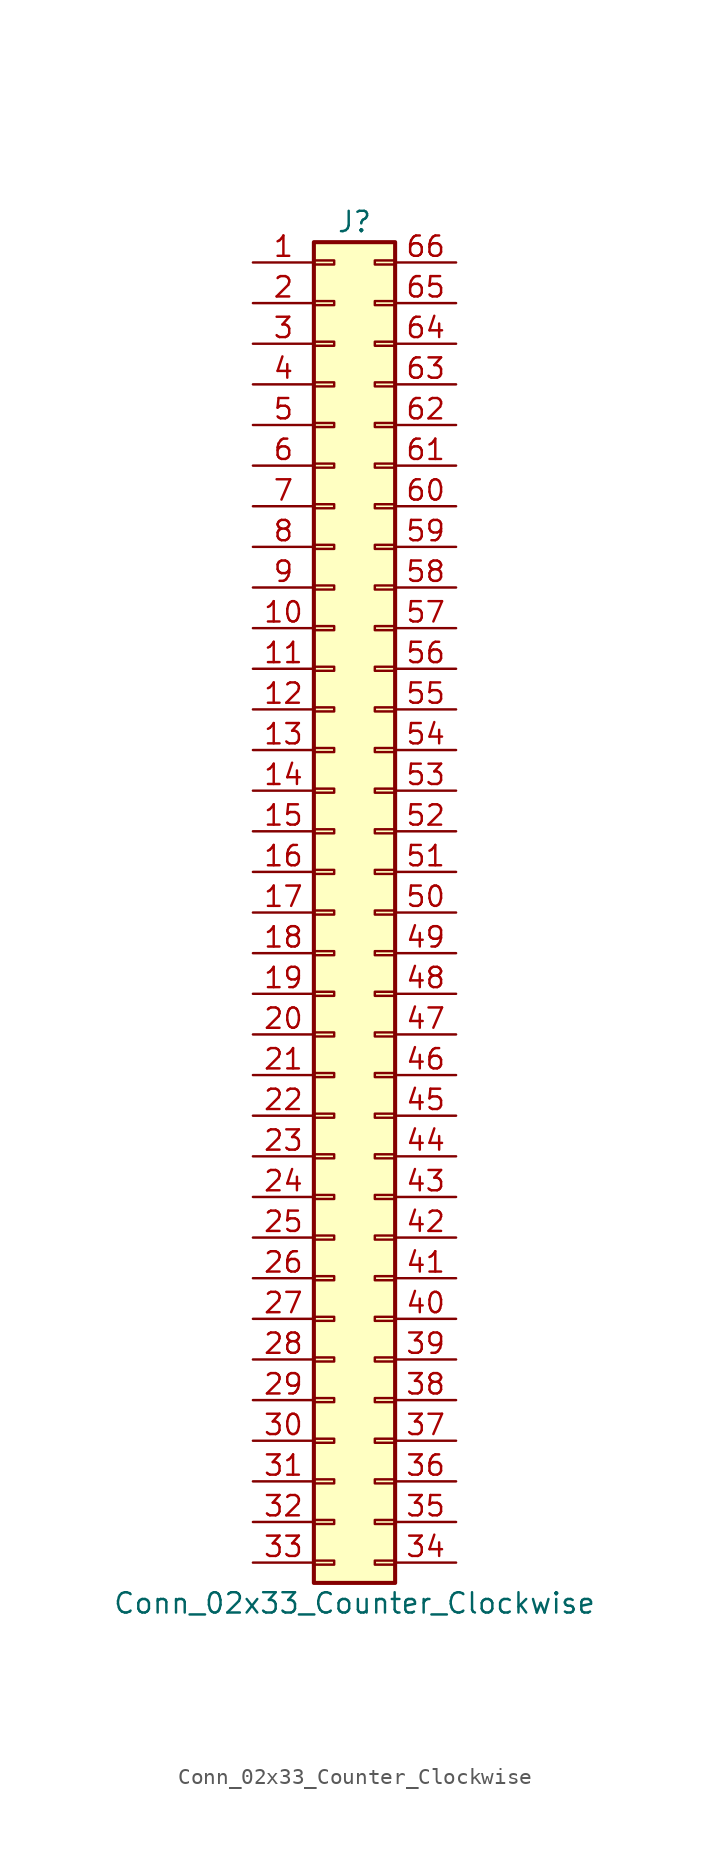
<source format=kicad_sym>
(kicad_symbol_lib
  (version 20220914)
  (generator kicad_symbol_editor)
  (symbol "Conn_02x33_Counter_Clockwise"
    (pin_names
      (offset 1.016) hide)
    (property "Reference" "J"
      (at 1.27 43.18 0)
      (effects (font (size 1.27 1.27))))
    (property "Value" "Conn_02x33_Counter_Clockwise"
      (at 1.27 -43.18 0)
      (effects (font (size 1.27 1.27))))
    (symbol "Conn_02x33_Counter_Clockwise_1_1"
      (rectangle (start -1.27 -40.513) (end 0 -40.767) (stroke (width 0.152) (type default)) (fill (type none)))
      (rectangle (start -1.27 -37.973) (end 0 -38.227) (stroke (width 0.152) (type default)) (fill (type none)))
      (rectangle (start -1.27 -35.433) (end 0 -35.687) (stroke (width 0.152) (type default)) (fill (type none)))
      (rectangle (start -1.27 -32.893) (end 0 -33.147) (stroke (width 0.152) (type default)) (fill (type none)))
      (rectangle (start -1.27 -30.353) (end 0 -30.607) (stroke (width 0.152) (type default)) (fill (type none)))
      (rectangle (start -1.27 -27.813) (end 0 -28.067) (stroke (width 0.152) (type default)) (fill (type none)))
      (rectangle (start -1.27 -25.273) (end 0 -25.527) (stroke (width 0.152) (type default)) (fill (type none)))
      (rectangle (start -1.27 -22.733) (end 0 -22.987) (stroke (width 0.152) (type default)) (fill (type none)))
      (rectangle (start -1.27 -20.193) (end 0 -20.447) (stroke (width 0.152) (type default)) (fill (type none)))
      (rectangle (start -1.27 -17.653) (end 0 -17.907) (stroke (width 0.152) (type default)) (fill (type none)))
      (rectangle (start -1.27 -15.113) (end 0 -15.367) (stroke (width 0.152) (type default)) (fill (type none)))
      (rectangle (start -1.27 -12.573) (end 0 -12.827) (stroke (width 0.152) (type default)) (fill (type none)))
      (rectangle (start -1.27 -10.033) (end 0 -10.287) (stroke (width 0.152) (type default)) (fill (type none)))
      (rectangle (start -1.27 -7.493) (end 0 -7.747) (stroke (width 0.152) (type default)) (fill (type none)))
      (rectangle (start -1.27 -4.953) (end 0 -5.207) (stroke (width 0.152) (type default)) (fill (type none)))
      (rectangle (start -1.27 -2.413) (end 0 -2.667) (stroke (width 0.152) (type default)) (fill (type none)))
      (rectangle (start -1.27 0.127) (end 0 -0.127) (stroke (width 0.152) (type default)) (fill (type none)))
      (rectangle (start -1.27 2.667) (end 0 2.413) (stroke (width 0.152) (type default)) (fill (type none)))
      (rectangle (start -1.27 5.207) (end 0 4.953) (stroke (width 0.152) (type default)) (fill (type none)))
      (rectangle (start -1.27 7.747) (end 0 7.493) (stroke (width 0.152) (type default)) (fill (type none)))
      (rectangle (start -1.27 10.287) (end 0 10.033) (stroke (width 0.152) (type default)) (fill (type none)))
      (rectangle (start -1.27 12.827) (end 0 12.573) (stroke (width 0.152) (type default)) (fill (type none)))
      (rectangle (start -1.27 15.367) (end 0 15.113) (stroke (width 0.152) (type default)) (fill (type none)))
      (rectangle (start -1.27 17.907) (end 0 17.653) (stroke (width 0.152) (type default)) (fill (type none)))
      (rectangle (start -1.27 20.447) (end 0 20.193) (stroke (width 0.152) (type default)) (fill (type none)))
      (rectangle (start -1.27 22.987) (end 0 22.733) (stroke (width 0.152) (type default)) (fill (type none)))
      (rectangle (start -1.27 25.527) (end 0 25.273) (stroke (width 0.152) (type default)) (fill (type none)))
      (rectangle (start -1.27 28.067) (end 0 27.813) (stroke (width 0.152) (type default)) (fill (type none)))
      (rectangle (start -1.27 30.607) (end 0 30.353) (stroke (width 0.152) (type default)) (fill (type none)))
      (rectangle (start -1.27 33.147) (end 0 32.893) (stroke (width 0.152) (type default)) (fill (type none)))
      (rectangle (start -1.27 35.687) (end 0 35.433) (stroke (width 0.152) (type default)) (fill (type none)))
      (rectangle (start -1.27 38.227) (end 0 37.973) (stroke (width 0.152) (type default)) (fill (type none)))
      (rectangle (start -1.27 40.767) (end 0 40.513) (stroke (width 0.152) (type default)) (fill (type none)))
      (rectangle (start -1.27 41.91) (end 3.81 -41.91) (stroke (width 0.254) (type default)) (fill (type background)))
      (rectangle (start 3.81 -40.513) (end 2.54 -40.767) (stroke (width 0.152) (type default)) (fill (type none)))
      (rectangle (start 3.81 -37.973) (end 2.54 -38.227) (stroke (width 0.152) (type default)) (fill (type none)))
      (rectangle (start 3.81 -35.433) (end 2.54 -35.687) (stroke (width 0.152) (type default)) (fill (type none)))
      (rectangle (start 3.81 -32.893) (end 2.54 -33.147) (stroke (width 0.152) (type default)) (fill (type none)))
      (rectangle (start 3.81 -30.353) (end 2.54 -30.607) (stroke (width 0.152) (type default)) (fill (type none)))
      (rectangle (start 3.81 -27.813) (end 2.54 -28.067) (stroke (width 0.152) (type default)) (fill (type none)))
      (rectangle (start 3.81 -25.273) (end 2.54 -25.527) (stroke (width 0.152) (type default)) (fill (type none)))
      (rectangle (start 3.81 -22.733) (end 2.54 -22.987) (stroke (width 0.152) (type default)) (fill (type none)))
      (rectangle (start 3.81 -20.193) (end 2.54 -20.447) (stroke (width 0.152) (type default)) (fill (type none)))
      (rectangle (start 3.81 -17.653) (end 2.54 -17.907) (stroke (width 0.152) (type default)) (fill (type none)))
      (rectangle (start 3.81 -15.113) (end 2.54 -15.367) (stroke (width 0.152) (type default)) (fill (type none)))
      (rectangle (start 3.81 -12.573) (end 2.54 -12.827) (stroke (width 0.152) (type default)) (fill (type none)))
      (rectangle (start 3.81 -10.033) (end 2.54 -10.287) (stroke (width 0.152) (type default)) (fill (type none)))
      (rectangle (start 3.81 -7.493) (end 2.54 -7.747) (stroke (width 0.152) (type default)) (fill (type none)))
      (rectangle (start 3.81 -4.953) (end 2.54 -5.207) (stroke (width 0.152) (type default)) (fill (type none)))
      (rectangle (start 3.81 -2.413) (end 2.54 -2.667) (stroke (width 0.152) (type default)) (fill (type none)))
      (rectangle (start 3.81 0.127) (end 2.54 -0.127) (stroke (width 0.152) (type default)) (fill (type none)))
      (rectangle (start 3.81 2.667) (end 2.54 2.413) (stroke (width 0.152) (type default)) (fill (type none)))
      (rectangle (start 3.81 5.207) (end 2.54 4.953) (stroke (width 0.152) (type default)) (fill (type none)))
      (rectangle (start 3.81 7.747) (end 2.54 7.493) (stroke (width 0.152) (type default)) (fill (type none)))
      (rectangle (start 3.81 10.287) (end 2.54 10.033) (stroke (width 0.152) (type default)) (fill (type none)))
      (rectangle (start 3.81 12.827) (end 2.54 12.573) (stroke (width 0.152) (type default)) (fill (type none)))
      (rectangle (start 3.81 15.367) (end 2.54 15.113) (stroke (width 0.152) (type default)) (fill (type none)))
      (rectangle (start 3.81 17.907) (end 2.54 17.653) (stroke (width 0.152) (type default)) (fill (type none)))
      (rectangle (start 3.81 20.447) (end 2.54 20.193) (stroke (width 0.152) (type default)) (fill (type none)))
      (rectangle (start 3.81 22.987) (end 2.54 22.733) (stroke (width 0.152) (type default)) (fill (type none)))
      (rectangle (start 3.81 25.527) (end 2.54 25.273) (stroke (width 0.152) (type default)) (fill (type none)))
      (rectangle (start 3.81 28.067) (end 2.54 27.813) (stroke (width 0.152) (type default)) (fill (type none)))
      (rectangle (start 3.81 30.607) (end 2.54 30.353) (stroke (width 0.152) (type default)) (fill (type none)))
      (rectangle (start 3.81 33.147) (end 2.54 32.893) (stroke (width 0.152) (type default)) (fill (type none)))
      (rectangle (start 3.81 35.687) (end 2.54 35.433) (stroke (width 0.152) (type default)) (fill (type none)))
      (rectangle (start 3.81 38.227) (end 2.54 37.973) (stroke (width 0.152) (type default)) (fill (type none)))
      (rectangle (start 3.81 40.767) (end 2.54 40.513) (stroke (width 0.152) (type default)) (fill (type none)))
      (pin passive line (at -5.08 40.64 0) (length 3.81) (name "Pin_1" (effects (font (size 1.27 1.27)))) (number "1" (effects (font (size 1.27 1.27)))))
      (pin passive line (at -5.08 17.78 0) (length 3.81) (name "Pin_10" (effects (font (size 1.27 1.27)))) (number "10" (effects (font (size 1.27 1.27)))))
      (pin passive line (at -5.08 15.24 0) (length 3.81) (name "Pin_11" (effects (font (size 1.27 1.27)))) (number "11" (effects (font (size 1.27 1.27)))))
      (pin passive line (at -5.08 12.7 0) (length 3.81) (name "Pin_12" (effects (font (size 1.27 1.27)))) (number "12" (effects (font (size 1.27 1.27)))))
      (pin passive line (at -5.08 10.16 0) (length 3.81) (name "Pin_13" (effects (font (size 1.27 1.27)))) (number "13" (effects (font (size 1.27 1.27)))))
      (pin passive line (at -5.08 7.62 0) (length 3.81) (name "Pin_14" (effects (font (size 1.27 1.27)))) (number "14" (effects (font (size 1.27 1.27)))))
      (pin passive line (at -5.08 5.08 0) (length 3.81) (name "Pin_15" (effects (font (size 1.27 1.27)))) (number "15" (effects (font (size 1.27 1.27)))))
      (pin passive line (at -5.08 2.54 0) (length 3.81) (name "Pin_16" (effects (font (size 1.27 1.27)))) (number "16" (effects (font (size 1.27 1.27)))))
      (pin passive line (at -5.08 0 0) (length 3.81) (name "Pin_17" (effects (font (size 1.27 1.27)))) (number "17" (effects (font (size 1.27 1.27)))))
      (pin passive line (at -5.08 -2.54 0) (length 3.81) (name "Pin_18" (effects (font (size 1.27 1.27)))) (number "18" (effects (font (size 1.27 1.27)))))
      (pin passive line (at -5.08 -5.08 0) (length 3.81) (name "Pin_19" (effects (font (size 1.27 1.27)))) (number "19" (effects (font (size 1.27 1.27)))))
      (pin passive line (at -5.08 38.1 0) (length 3.81) (name "Pin_2" (effects (font (size 1.27 1.27)))) (number "2" (effects (font (size 1.27 1.27)))))
      (pin passive line (at -5.08 -7.62 0) (length 3.81) (name "Pin_20" (effects (font (size 1.27 1.27)))) (number "20" (effects (font (size 1.27 1.27)))))
      (pin passive line (at -5.08 -10.16 0) (length 3.81) (name "Pin_21" (effects (font (size 1.27 1.27)))) (number "21" (effects (font (size 1.27 1.27)))))
      (pin passive line (at -5.08 -12.7 0) (length 3.81) (name "Pin_22" (effects (font (size 1.27 1.27)))) (number "22" (effects (font (size 1.27 1.27)))))
      (pin passive line (at -5.08 -15.24 0) (length 3.81) (name "Pin_23" (effects (font (size 1.27 1.27)))) (number "23" (effects (font (size 1.27 1.27)))))
      (pin passive line (at -5.08 -17.78 0) (length 3.81) (name "Pin_24" (effects (font (size 1.27 1.27)))) (number "24" (effects (font (size 1.27 1.27)))))
      (pin passive line (at -5.08 -20.32 0) (length 3.81) (name "Pin_25" (effects (font (size 1.27 1.27)))) (number "25" (effects (font (size 1.27 1.27)))))
      (pin passive line (at -5.08 -22.86 0) (length 3.81) (name "Pin_26" (effects (font (size 1.27 1.27)))) (number "26" (effects (font (size 1.27 1.27)))))
      (pin passive line (at -5.08 -25.4 0) (length 3.81) (name "Pin_27" (effects (font (size 1.27 1.27)))) (number "27" (effects (font (size 1.27 1.27)))))
      (pin passive line (at -5.08 -27.94 0) (length 3.81) (name "Pin_28" (effects (font (size 1.27 1.27)))) (number "28" (effects (font (size 1.27 1.27)))))
      (pin passive line (at -5.08 -30.48 0) (length 3.81) (name "Pin_29" (effects (font (size 1.27 1.27)))) (number "29" (effects (font (size 1.27 1.27)))))
      (pin passive line (at -5.08 35.56 0) (length 3.81) (name "Pin_3" (effects (font (size 1.27 1.27)))) (number "3" (effects (font (size 1.27 1.27)))))
      (pin passive line (at -5.08 -33.02 0) (length 3.81) (name "Pin_30" (effects (font (size 1.27 1.27)))) (number "30" (effects (font (size 1.27 1.27)))))
      (pin passive line (at -5.08 -35.56 0) (length 3.81) (name "Pin_31" (effects (font (size 1.27 1.27)))) (number "31" (effects (font (size 1.27 1.27)))))
      (pin passive line (at -5.08 -38.1 0) (length 3.81) (name "Pin_32" (effects (font (size 1.27 1.27)))) (number "32" (effects (font (size 1.27 1.27)))))
      (pin passive line (at -5.08 -40.64 0) (length 3.81) (name "Pin_33" (effects (font (size 1.27 1.27)))) (number "33" (effects (font (size 1.27 1.27)))))
      (pin passive line (at 7.62 -40.64 180) (length 3.81) (name "Pin_34" (effects (font (size 1.27 1.27)))) (number "34" (effects (font (size 1.27 1.27)))))
      (pin passive line (at 7.62 -38.1 180) (length 3.81) (name "Pin_35" (effects (font (size 1.27 1.27)))) (number "35" (effects (font (size 1.27 1.27)))))
      (pin passive line (at 7.62 -35.56 180) (length 3.81) (name "Pin_36" (effects (font (size 1.27 1.27)))) (number "36" (effects (font (size 1.27 1.27)))))
      (pin passive line (at 7.62 -33.02 180) (length 3.81) (name "Pin_37" (effects (font (size 1.27 1.27)))) (number "37" (effects (font (size 1.27 1.27)))))
      (pin passive line (at 7.62 -30.48 180) (length 3.81) (name "Pin_38" (effects (font (size 1.27 1.27)))) (number "38" (effects (font (size 1.27 1.27)))))
      (pin passive line (at 7.62 -27.94 180) (length 3.81) (name "Pin_39" (effects (font (size 1.27 1.27)))) (number "39" (effects (font (size 1.27 1.27)))))
      (pin passive line (at -5.08 33.02 0) (length 3.81) (name "Pin_4" (effects (font (size 1.27 1.27)))) (number "4" (effects (font (size 1.27 1.27)))))
      (pin passive line (at 7.62 -25.4 180) (length 3.81) (name "Pin_40" (effects (font (size 1.27 1.27)))) (number "40" (effects (font (size 1.27 1.27)))))
      (pin passive line (at 7.62 -22.86 180) (length 3.81) (name "Pin_41" (effects (font (size 1.27 1.27)))) (number "41" (effects (font (size 1.27 1.27)))))
      (pin passive line (at 7.62 -20.32 180) (length 3.81) (name "Pin_42" (effects (font (size 1.27 1.27)))) (number "42" (effects (font (size 1.27 1.27)))))
      (pin passive line (at 7.62 -17.78 180) (length 3.81) (name "Pin_43" (effects (font (size 1.27 1.27)))) (number "43" (effects (font (size 1.27 1.27)))))
      (pin passive line (at 7.62 -15.24 180) (length 3.81) (name "Pin_44" (effects (font (size 1.27 1.27)))) (number "44" (effects (font (size 1.27 1.27)))))
      (pin passive line (at 7.62 -12.7 180) (length 3.81) (name "Pin_45" (effects (font (size 1.27 1.27)))) (number "45" (effects (font (size 1.27 1.27)))))
      (pin passive line (at 7.62 -10.16 180) (length 3.81) (name "Pin_46" (effects (font (size 1.27 1.27)))) (number "46" (effects (font (size 1.27 1.27)))))
      (pin passive line (at 7.62 -7.62 180) (length 3.81) (name "Pin_47" (effects (font (size 1.27 1.27)))) (number "47" (effects (font (size 1.27 1.27)))))
      (pin passive line (at 7.62 -5.08 180) (length 3.81) (name "Pin_48" (effects (font (size 1.27 1.27)))) (number "48" (effects (font (size 1.27 1.27)))))
      (pin passive line (at 7.62 -2.54 180) (length 3.81) (name "Pin_49" (effects (font (size 1.27 1.27)))) (number "49" (effects (font (size 1.27 1.27)))))
      (pin passive line (at -5.08 30.48 0) (length 3.81) (name "Pin_5" (effects (font (size 1.27 1.27)))) (number "5" (effects (font (size 1.27 1.27)))))
      (pin passive line (at 7.62 0 180) (length 3.81) (name "Pin_50" (effects (font (size 1.27 1.27)))) (number "50" (effects (font (size 1.27 1.27)))))
      (pin passive line (at 7.62 2.54 180) (length 3.81) (name "Pin_51" (effects (font (size 1.27 1.27)))) (number "51" (effects (font (size 1.27 1.27)))))
      (pin passive line (at 7.62 5.08 180) (length 3.81) (name "Pin_52" (effects (font (size 1.27 1.27)))) (number "52" (effects (font (size 1.27 1.27)))))
      (pin passive line (at 7.62 7.62 180) (length 3.81) (name "Pin_53" (effects (font (size 1.27 1.27)))) (number "53" (effects (font (size 1.27 1.27)))))
      (pin passive line (at 7.62 10.16 180) (length 3.81) (name "Pin_54" (effects (font (size 1.27 1.27)))) (number "54" (effects (font (size 1.27 1.27)))))
      (pin passive line (at 7.62 12.7 180) (length 3.81) (name "Pin_55" (effects (font (size 1.27 1.27)))) (number "55" (effects (font (size 1.27 1.27)))))
      (pin passive line (at 7.62 15.24 180) (length 3.81) (name "Pin_56" (effects (font (size 1.27 1.27)))) (number "56" (effects (font (size 1.27 1.27)))))
      (pin passive line (at 7.62 17.78 180) (length 3.81) (name "Pin_57" (effects (font (size 1.27 1.27)))) (number "57" (effects (font (size 1.27 1.27)))))
      (pin passive line (at 7.62 20.32 180) (length 3.81) (name "Pin_58" (effects (font (size 1.27 1.27)))) (number "58" (effects (font (size 1.27 1.27)))))
      (pin passive line (at 7.62 22.86 180) (length 3.81) (name "Pin_59" (effects (font (size 1.27 1.27)))) (number "59" (effects (font (size 1.27 1.27)))))
      (pin passive line (at -5.08 27.94 0) (length 3.81) (name "Pin_6" (effects (font (size 1.27 1.27)))) (number "6" (effects (font (size 1.27 1.27)))))
      (pin passive line (at 7.62 25.4 180) (length 3.81) (name "Pin_60" (effects (font (size 1.27 1.27)))) (number "60" (effects (font (size 1.27 1.27)))))
      (pin passive line (at 7.62 27.94 180) (length 3.81) (name "Pin_61" (effects (font (size 1.27 1.27)))) (number "61" (effects (font (size 1.27 1.27)))))
      (pin passive line (at 7.62 30.48 180) (length 3.81) (name "Pin_62" (effects (font (size 1.27 1.27)))) (number "62" (effects (font (size 1.27 1.27)))))
      (pin passive line (at 7.62 33.02 180) (length 3.81) (name "Pin_63" (effects (font (size 1.27 1.27)))) (number "63" (effects (font (size 1.27 1.27)))))
      (pin passive line (at 7.62 35.56 180) (length 3.81) (name "Pin_64" (effects (font (size 1.27 1.27)))) (number "64" (effects (font (size 1.27 1.27)))))
      (pin passive line (at 7.62 38.1 180) (length 3.81) (name "Pin_65" (effects (font (size 1.27 1.27)))) (number "65" (effects (font (size 1.27 1.27)))))
      (pin passive line (at 7.62 40.64 180) (length 3.81) (name "Pin_66" (effects (font (size 1.27 1.27)))) (number "66" (effects (font (size 1.27 1.27)))))
      (pin passive line (at -5.08 25.4 0) (length 3.81) (name "Pin_7" (effects (font (size 1.27 1.27)))) (number "7" (effects (font (size 1.27 1.27)))))
      (pin passive line (at -5.08 22.86 0) (length 3.81) (name "Pin_8" (effects (font (size 1.27 1.27)))) (number "8" (effects (font (size 1.27 1.27)))))
      (pin passive line (at -5.08 20.32 0) (length 3.81) (name "Pin_9" (effects (font (size 1.27 1.27)))) (number "9" (effects (font (size 1.27 1.27))))))))
</source>
